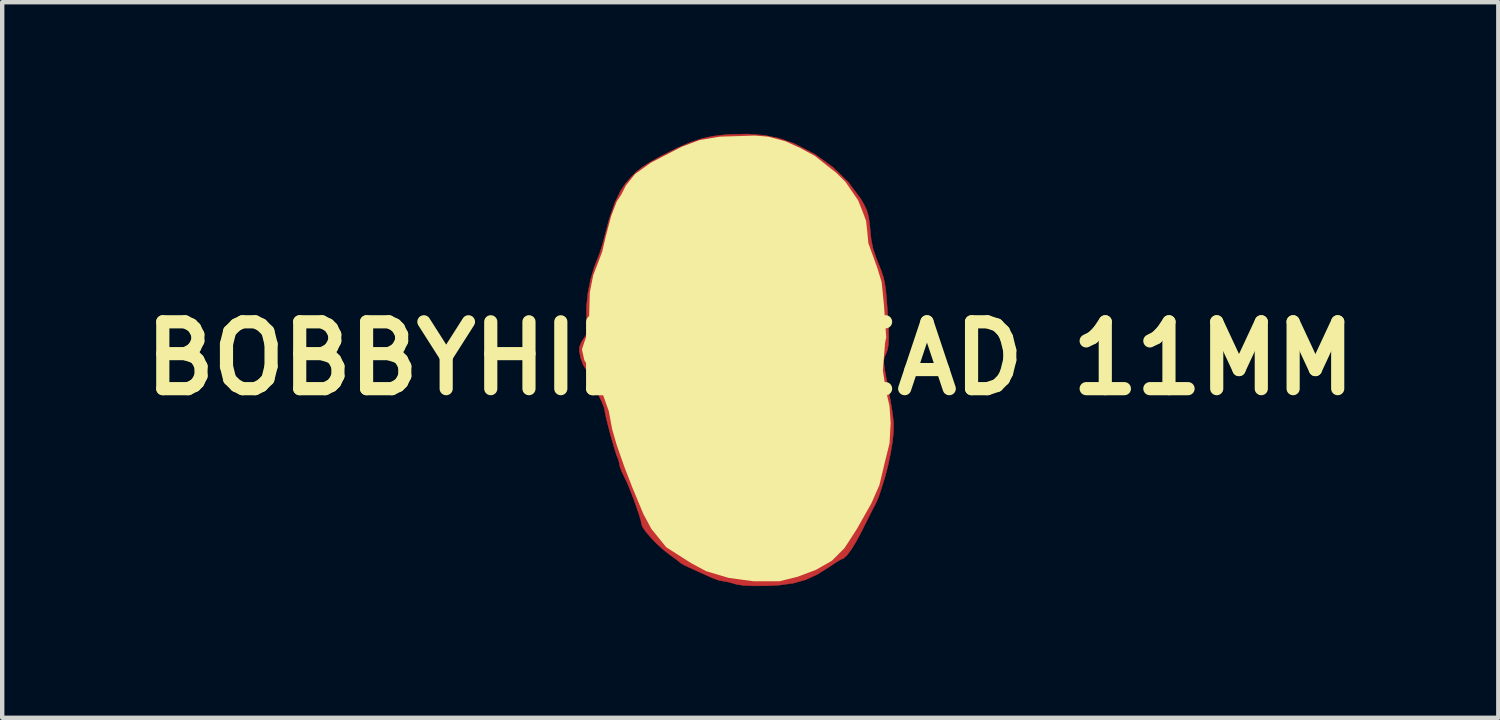
<source format=kicad_pcb>
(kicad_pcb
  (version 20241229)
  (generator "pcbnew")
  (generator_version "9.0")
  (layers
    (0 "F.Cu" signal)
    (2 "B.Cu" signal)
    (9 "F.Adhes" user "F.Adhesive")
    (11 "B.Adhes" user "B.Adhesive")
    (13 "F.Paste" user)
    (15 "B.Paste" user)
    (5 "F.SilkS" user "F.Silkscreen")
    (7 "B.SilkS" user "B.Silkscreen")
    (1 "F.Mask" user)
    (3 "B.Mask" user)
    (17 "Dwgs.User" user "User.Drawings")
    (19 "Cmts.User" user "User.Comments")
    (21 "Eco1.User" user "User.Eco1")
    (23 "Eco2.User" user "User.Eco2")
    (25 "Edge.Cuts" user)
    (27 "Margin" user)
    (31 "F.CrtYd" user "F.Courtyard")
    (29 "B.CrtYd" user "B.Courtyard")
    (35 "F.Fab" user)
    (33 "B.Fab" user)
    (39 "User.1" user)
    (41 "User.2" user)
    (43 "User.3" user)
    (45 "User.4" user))
  (footprint "BOBBYHILL-HEAD 11MM"
    (layer "F.Cu")
    (at 14.05 5.119)
    (property "Reference" "BOBBYHILL-HEAD 11MM" (at 0 0 0) (layer "F.SilkS") (effects (font (size 1.524 1.524) (thickness 0.3))))
    (attr through_hole)
    (fp_line (start -3.2 -0.965) (end -3.277 -0.889) (stroke (width 0.12) (type solid)) (layer "F.Cu"))
    (fp_line (start -3.099 -1.168) (end -3.2 -0.965) (stroke (width 0.12) (type solid)) (layer "F.Cu"))
    (fp_line (start -3.023 -1.422) (end -3.099 -1.168) (stroke (width 0.12) (type solid)) (layer "F.Cu"))
    (fp_line (start -2.845 -1.854) (end -3.023 -1.422) (stroke (width 0.12) (type solid)) (layer "F.Cu"))
    (fp_line (start -2.591 -2.083) (end -2.845 -1.854) (stroke (width 0.12) (type solid)) (layer "F.Cu"))
    (fp_line (start -2.413 -2.286) (end -2.591 -2.083) (stroke (width 0.12) (type solid)) (layer "F.Cu"))
    (fp_line (start -2.21 -2.692) (end -2.413 -2.286) (stroke (width 0.12) (type solid)) (layer "F.Cu"))
    (fp_line (start -1.981 -2.845) (end -2.21 -2.692) (stroke (width 0.12) (type solid)) (layer "F.Cu"))
    (fp_line (start -1.626 -3.175) (end -1.981 -2.845) (stroke (width 0.12) (type solid)) (layer "F.Cu"))
    (fp_line (start -1.422 -3.302) (end -1.626 -3.175) (stroke (width 0.12) (type solid)) (layer "F.Cu"))
    (fp_line (start -1.245 -3.454) (end -1.422 -3.302) (stroke (width 0.12) (type solid)) (layer "F.Cu"))
    (fp_line (start -1.118 -3.48) (end -1.245 -3.454) (stroke (width 0.12) (type solid)) (layer "F.Cu"))
    (fp_line (start -0.965 -3.531) (end -1.118 -3.48) (stroke (width 0.12) (type solid)) (layer "F.Cu"))
    (fp_line (start -0.762 -3.556) (end -0.965 -3.531) (stroke (width 0.12) (type solid)) (layer "F.Cu"))
    (fp_line (start -0.457 -3.505) (end -0.762 -3.556) (stroke (width 0.12) (type solid)) (layer "F.Cu"))
    (fp_line (start 0.025 -3.531) (end -0.457 -3.505) (stroke (width 0.12) (type solid)) (layer "F.Cu"))
    (fp_line (start 0.61 -3.607) (end 0.025 -3.531) (stroke (width 0.12) (type solid)) (layer "F.Cu"))
    (fp_line (start 1.092 -3.683) (end 0.61 -3.607) (stroke (width 0.12) (type solid)) (layer "F.Cu"))
    (fp_line (start 1.372 -3.683) (end 1.092 -3.683) (stroke (width 0.12) (type solid)) (layer "F.Cu"))
    (fp_line (start 1.524 3.531) (end 1.549 3.581) (stroke (width 0.12) (type solid)) (layer "F.Cu"))
    (fp_line (start 1.549 3.581) (end 1.6 3.607) (stroke (width 0.12) (type solid)) (layer "F.Cu"))
    (fp_line (start 1.6 3.607) (end 1.753 3.581) (stroke (width 0.12) (type solid)) (layer "F.Cu"))
    (fp_line (start 1.651 -3.658) (end 1.372 -3.683) (stroke (width 0.12) (type solid)) (layer "F.Cu"))
    (fp_line (start 1.727 -3.658) (end 1.651 -3.658) (stroke (width 0.12) (type solid)) (layer "F.Cu"))
    (fp_line (start 1.753 3.581) (end 1.829 3.454) (stroke (width 0.12) (type solid)) (layer "F.Cu"))
    (fp_line (start 1.829 3.429) (end 1.524 3.531) (stroke (width 0.12) (type solid)) (layer "F.Cu"))
    (fp_line (start 1.88 -3.607) (end 1.727 -3.658) (stroke (width 0.12) (type solid)) (layer "F.Cu"))
    (fp_line (start 2.083 -3.531) (end 1.88 -3.607) (stroke (width 0.12) (type solid)) (layer "F.Cu"))
    (fp_line (start 2.241 -3.464) (end 2.083 -3.531) (stroke (width 0.12) (type solid)) (layer "F.Cu"))
    (fp_line (start 2.337 -3.404) (end 2.286 -3.48) (stroke (width 0.12) (type solid)) (layer "F.Cu"))
    (fp_poly (pts (xy -3.456 -0.201) (xy -3.381 -0.153) (xy -3.324 -0.076) (xy -3.285 0.062) (xy -3.269 0.171) (xy -3.248 0.327) (xy -3.225 0.46) (xy -3.209 0.528) (xy -3.204 0.604) (xy -3.239 0.619) (xy -3.293 0.574) (xy -3.318 0.535) (xy -3.347 0.443) (xy -3.368 0.306) (xy -3.375 0.221) (xy -3.397 0.046) (xy -3.446 -0.071) (xy -3.455 -0.083) (xy -3.519 -0.172) (xy -3.516 -0.214) (xy -3.456 -0.201)) (stroke (width 0.01) (type solid)) (fill yes) (layer "F.Cu"))
    (fp_poly (pts (xy -0.126 -2.014) (xy -0.125 -2.011) (xy -0.162 -1.92) (xy -0.257 -1.817) (xy -0.392 -1.718) (xy -0.546 -1.641) (xy -0.59 -1.625) (xy -0.869 -1.514) (xy -1.103 -1.379) (xy -1.256 -1.25) (xy -1.349 -1.165) (xy -1.409 -1.143) (xy -1.427 -1.18) (xy -1.39 -1.268) (xy -1.288 -1.375) (xy -1.137 -1.489) (xy -0.951 -1.601) (xy -0.745 -1.7) (xy -0.551 -1.772) (xy -0.402 -1.842) (xy -0.289 -1.936) (xy -0.281 -1.947) (xy -0.2 -2.038) (xy -0.146 -2.062) (xy -0.126 -2.014)) (stroke (width 0.01) (type solid)) (fill yes) (layer "F.Cu"))
    (fp_poly (pts (xy 1.161 -1.749) (xy 1.218 -1.686) (xy 1.265 -1.634) (xy 1.321 -1.603) (xy 1.408 -1.586) (xy 1.548 -1.579) (xy 1.646 -1.578) (xy 1.917 -1.56) (xy 2.126 -1.511) (xy 2.29 -1.424) (xy 2.388 -1.337) (xy 2.46 -1.241) (xy 2.469 -1.189) (xy 2.424 -1.191) (xy 2.333 -1.257) (xy 2.328 -1.262) (xy 2.18 -1.361) (xy 1.988 -1.435) (xy 1.784 -1.477) (xy 1.603 -1.476) (xy 1.56 -1.467) (xy 1.38 -1.446) (xy 1.244 -1.495) (xy 1.153 -1.607) (xy 1.112 -1.712) (xy 1.117 -1.762) (xy 1.161 -1.749)) (stroke (width 0.01) (type solid)) (fill yes) (layer "F.Cu"))
    (fp_poly (pts (xy 0.312 -5.086) (xy 0.648 -5.019) (xy 0.971 -4.908) (xy 1.018 -4.888) (xy 1.474 -4.652) (xy 1.882 -4.359) (xy 2.233 -4.018) (xy 2.518 -3.636) (xy 2.59 -3.513) (xy 2.654 -3.379) (xy 2.695 -3.237) (xy 2.722 -3.057) (xy 2.733 -2.925) (xy 2.757 -2.697) (xy 2.799 -2.499) (xy 2.869 -2.291) (xy 2.917 -2.17) (xy 2.984 -2.003) (xy 3.031 -1.861) (xy 3.064 -1.719) (xy 3.088 -1.553) (xy 3.107 -1.339) (xy 3.116 -1.225) (xy 3.138 -0.904) (xy 3.151 -0.655) (xy 3.154 -0.465) (xy 3.148 -0.323) (xy 3.132 -0.216) (xy 3.106 -0.134) (xy 3.089 -0.097) (xy 3.057 -0.025) (xy 3.043 0.048) (xy 3.047 0.143) (xy 3.069 0.286) (xy 3.086 0.381) (xy 3.148 0.712) (xy 3.196 0.973) (xy 3.23 1.178) (xy 3.253 1.339) (xy 3.265 1.47) (xy 3.268 1.583) (xy 3.263 1.692) (xy 3.251 1.809) (xy 3.238 1.915) (xy 3.201 2.147) (xy 3.145 2.413) (xy 3.081 2.665) (xy 3.058 2.742) (xy 2.996 2.943) (xy 2.95 3.084) (xy 2.913 3.186) (xy 2.876 3.271) (xy 2.832 3.359) (xy 2.803 3.414) (xy 2.756 3.505) (xy 2.684 3.648) (xy 2.597 3.822) (xy 2.539 3.939) (xy 2.417 4.168) (xy 2.303 4.354) (xy 2.202 4.488) (xy 2.123 4.56) (xy 2.094 4.569) (xy 2.046 4.591) (xy 1.95 4.651) (xy 1.822 4.736) (xy 1.789 4.759) (xy 1.522 4.926) (xy 1.259 5.046) (xy 0.977 5.124) (xy 0.654 5.168) (xy 0.357 5.182) (xy 0.067 5.184) (xy -0.15 5.174) (xy -0.303 5.152) (xy -0.356 5.137) (xy -0.487 5.099) (xy -0.602 5.077) (xy -0.621 5.076) (xy -0.713 5.057) (xy -0.845 5.011) (xy -0.936 4.971) (xy -1.108 4.893) (xy -1.291 4.81) (xy -1.364 4.777) (xy -1.484 4.721) (xy -1.57 4.675) (xy -1.595 4.656) (xy -1.638 4.619) (xy -1.73 4.55) (xy -1.851 4.463) (xy -1.852 4.462) (xy -1.986 4.356) (xy -2.128 4.226) (xy -2.262 4.087) (xy -2.375 3.956) (xy -2.451 3.848) (xy -2.477 3.783) (xy -2.492 3.703) (xy -2.532 3.565) (xy -2.591 3.39) (xy -2.66 3.197) (xy -2.734 3.008) (xy -2.803 2.84) (xy -2.86 2.721) (xy -2.924 2.587) (xy -2.968 2.473) (xy -2.98 2.416) (xy -3.001 2.316) (xy -3.021 2.27) (xy -3.049 2.198) (xy -3.091 2.066) (xy -3.141 1.896) (xy -3.194 1.706) (xy -3.243 1.519) (xy -3.284 1.355) (xy -3.31 1.235) (xy -3.316 1.185) (xy -3.334 1.11) (xy -3.38 0.994) (xy -3.415 0.921) (xy -3.486 0.767) (xy -3.549 0.611) (xy -3.567 0.558) (xy -3.627 0.421) (xy -3.704 0.301) (xy -3.716 0.286) (xy -3.804 0.153) (xy -3.867 -0.014) (xy -3.892 -0.158) (xy -3.809 -0.158) (xy -3.779 0.022) (xy -3.677 0.181) (xy -3.602 0.287) (xy -3.525 0.434) (xy -3.479 0.544) (xy -3.405 0.723) (xy -3.338 0.827) (xy -3.27 0.865) (xy -3.193 0.843) (xy -3.183 0.837) (xy -3.11 0.804) (xy -3.078 0.805) (xy -3.076 0.856) (xy -3.116 0.927) (xy -3.176 0.985) (xy -3.218 1) (xy -3.263 1.021) (xy -3.255 1.094) (xy -3.255 1.095) (xy -3.227 1.191) (xy -3.189 1.327) (xy -3.171 1.399) (xy -3.087 1.713) (xy -3.015 1.964) (xy -2.951 2.17) (xy -2.886 2.349) (xy -2.816 2.519) (xy -2.748 2.668) (xy -2.653 2.883) (xy -2.558 3.117) (xy -2.479 3.33) (xy -2.454 3.407) (xy -2.346 3.693) (xy -2.211 3.93) (xy -2.035 4.138) (xy -1.803 4.335) (xy -1.611 4.469) (xy -1.252 4.683) (xy -0.904 4.839) (xy -0.535 4.951) (xy -0.251 5.008) (xy 0.032 5.05) (xy 0.267 5.064) (xy 0.485 5.053) (xy 0.717 5.015) (xy 0.735 5.011) (xy 1.188 4.89) (xy 1.57 4.732) (xy 1.885 4.533) (xy 2.084 4.352) (xy 2.159 4.254) (xy 2.254 4.103) (xy 2.355 3.925) (xy 2.413 3.813) (xy 2.512 3.613) (xy 2.583 3.47) (xy 2.635 3.367) (xy 2.677 3.286) (xy 2.718 3.21) (xy 2.767 3.121) (xy 2.807 3.048) (xy 2.906 2.83) (xy 2.996 2.554) (xy 3.072 2.247) (xy 3.127 1.935) (xy 3.155 1.646) (xy 3.157 1.582) (xy 3.137 1.208) (xy 3.07 0.811) (xy 3.002 0.489) (xy 2.956 0.223) (xy 2.932 -0.007) (xy 2.927 -0.226) (xy 2.939 -0.446) (xy 3.028 -0.446) (xy 3.032 -0.238) (xy 3.075 -0.399) (xy 3.096 -0.528) (xy 3.076 -0.601) (xy 3.07 -0.607) (xy 3.042 -0.613) (xy 3.029 -0.553) (xy 3.028 -0.446) (xy 2.939 -0.446) (xy 2.94 -0.457) (xy 2.968 -0.717) (xy 3.003 -1.072) (xy 3.005 -1.376) (xy 2.973 -1.653) (xy 2.902 -1.929) (xy 2.798 -2.213) (xy 2.7 -2.483) (xy 2.652 -2.698) (xy 2.645 -2.798) (xy 2.638 -2.899) (xy 2.622 -3.023) (xy 2.599 -3.151) (xy 2.574 -3.266) (xy 2.55 -3.351) (xy 2.532 -3.387) (xy 2.523 -3.359) (xy 2.488 -3.309) (xy 2.412 -3.298) (xy 2.325 -3.323) (xy 2.26 -3.381) (xy 2.258 -3.385) (xy 2.241 -3.464) (xy 2.272 -3.518) (xy 2.33 -3.522) (xy 2.36 -3.501) (xy 2.429 -3.455) (xy 2.472 -3.465) (xy 2.477 -3.488) (xy 2.452 -3.538) (xy 2.386 -3.635) (xy 2.293 -3.761) (xy 2.186 -3.898) (xy 2.078 -4.03) (xy 1.984 -4.139) (xy 1.916 -4.208) (xy 1.912 -4.212) (xy 1.817 -4.291) (xy 1.722 -4.375) (xy 1.64 -4.432) (xy 1.5 -4.511) (xy 1.324 -4.603) (xy 1.13 -4.698) (xy 0.939 -4.785) (xy 0.771 -4.855) (xy 0.735 -4.868) (xy 0.442 -4.946) (xy 0.099 -4.991) (xy -0.268 -5.001) (xy -0.632 -4.976) (xy -0.966 -4.917) (xy -1.005 -4.906) (xy -1.142 -4.862) (xy -1.317 -4.794) (xy -1.515 -4.709) (xy -1.723 -4.615) (xy -1.925 -4.518) (xy -2.108 -4.426) (xy -2.256 -4.344) (xy -2.356 -4.281) (xy -2.393 -4.243) (xy -2.393 -4.243) (xy -2.418 -4.219) (xy -2.43 -4.224) (xy -2.474 -4.207) (xy -2.556 -4.138) (xy -2.66 -4.034) (xy -2.682 -4.01) (xy -2.812 -3.848) (xy -2.918 -3.672) (xy -3.009 -3.463) (xy -3.093 -3.203) (xy -3.155 -2.967) (xy -3.218 -2.722) (xy -3.282 -2.492) (xy -3.341 -2.295) (xy -3.392 -2.144) (xy -3.43 -2.057) (xy -3.436 -2.047) (xy -3.487 -1.937) (xy -3.532 -1.756) (xy -3.57 -1.52) (xy -3.593 -1.282) (xy -3.607 -1.053) (xy -3.607 -0.893) (xy -3.587 -0.787) (xy -3.542 -0.721) (xy -3.467 -0.68) (xy -3.363 -0.65) (xy -3.201 -0.601) (xy -3.063 -0.538) (xy -2.969 -0.474) (xy -2.938 -0.423) (xy -2.974 -0.389) (xy -3.08 -0.398) (xy -3.255 -0.45) (xy -3.27 -0.455) (xy -3.467 -0.501) (xy -3.617 -0.481) (xy -3.726 -0.392) (xy -3.761 -0.336) (xy -3.809 -0.158) (xy -3.892 -0.158) (xy -3.896 -0.178) (xy -3.889 -0.273) (xy -3.843 -0.379) (xy -3.769 -0.492) (xy -3.764 -0.498) (xy -3.697 -0.606) (xy -3.693 -0.705) (xy -3.697 -0.721) (xy -3.731 -0.935) (xy -3.731 -1.201) (xy -3.699 -1.496) (xy -3.639 -1.798) (xy -3.554 -2.083) (xy -3.499 -2.222) (xy -3.432 -2.395) (xy -3.368 -2.597) (xy -3.332 -2.731) (xy -3.214 -3.18) (xy -3.086 -3.547) (xy -2.949 -3.831) (xy -2.843 -3.985) (xy -2.713 -4.135) (xy -2.592 -4.256) (xy -2.459 -4.36) (xy -2.296 -4.465) (xy -2.081 -4.584) (xy -1.997 -4.628) (xy -1.664 -4.795) (xy -1.378 -4.919) (xy -1.117 -5.006) (xy -0.862 -5.063) (xy -0.591 -5.096) (xy -0.482 -5.104) (xy -0.058 -5.114) (xy 0.312 -5.086)) (stroke (width 0.01) (type solid)) (fill yes) (layer "F.Cu"))
    (fp_line (start -3.213 -0.953) (end -3.289 -0.876) (stroke (width 0.12) (type solid)) (layer "F.Mask"))
    (fp_line (start -3.111 -1.156) (end -3.213 -0.953) (stroke (width 0.12) (type solid)) (layer "F.Mask"))
    (fp_line (start -3.035 -1.41) (end -3.111 -1.156) (stroke (width 0.12) (type solid)) (layer "F.Mask"))
    (fp_line (start -2.857 -1.841) (end -3.035 -1.41) (stroke (width 0.12) (type solid)) (layer "F.Mask"))
    (fp_line (start -2.603 -2.07) (end -2.857 -1.841) (stroke (width 0.12) (type solid)) (layer "F.Mask"))
    (fp_line (start -2.426 -2.273) (end -2.603 -2.07) (stroke (width 0.12) (type solid)) (layer "F.Mask"))
    (fp_line (start -2.223 -2.68) (end -2.426 -2.273) (stroke (width 0.12) (type solid)) (layer "F.Mask"))
    (fp_line (start -1.994 -2.832) (end -2.223 -2.68) (stroke (width 0.12) (type solid)) (layer "F.Mask"))
    (fp_line (start -1.638 -3.162) (end -1.994 -2.832) (stroke (width 0.12) (type solid)) (layer "F.Mask"))
    (fp_line (start -1.435 -3.289) (end -1.638 -3.162) (stroke (width 0.12) (type solid)) (layer "F.Mask"))
    (fp_line (start -1.257 -3.442) (end -1.435 -3.289) (stroke (width 0.12) (type solid)) (layer "F.Mask"))
    (fp_line (start -1.13 -3.467) (end -1.257 -3.442) (stroke (width 0.12) (type solid)) (layer "F.Mask"))
    (fp_line (start -0.978 -3.518) (end -1.13 -3.467) (stroke (width 0.12) (type solid)) (layer "F.Mask"))
    (fp_line (start -0.775 -3.543) (end -0.978 -3.518) (stroke (width 0.12) (type solid)) (layer "F.Mask"))
    (fp_line (start -0.47 -3.493) (end -0.775 -3.543) (stroke (width 0.12) (type solid)) (layer "F.Mask"))
    (fp_line (start 0.013 -3.518) (end -0.47 -3.493) (stroke (width 0.12) (type solid)) (layer "F.Mask"))
    (fp_line (start 0.597 -3.594) (end 0.013 -3.518) (stroke (width 0.12) (type solid)) (layer "F.Mask"))
    (fp_line (start 1.079 -3.67) (end 0.597 -3.594) (stroke (width 0.12) (type solid)) (layer "F.Mask"))
    (fp_line (start 1.359 -3.67) (end 1.079 -3.67) (stroke (width 0.12) (type solid)) (layer "F.Mask"))
    (fp_line (start 1.638 -3.645) (end 1.359 -3.67) (stroke (width 0.12) (type solid)) (layer "F.Mask"))
    (fp_line (start 1.714 -3.645) (end 1.638 -3.645) (stroke (width 0.12) (type solid)) (layer "F.Mask"))
    (fp_line (start 1.867 -3.594) (end 1.714 -3.645) (stroke (width 0.12) (type solid)) (layer "F.Mask"))
    (fp_line (start 2.07 -3.518) (end 1.867 -3.594) (stroke (width 0.12) (type solid)) (layer "F.Mask"))
    (fp_line (start 2.229 -3.451) (end 2.07 -3.518) (stroke (width 0.12) (type solid)) (layer "F.Mask"))
    (fp_line (start 2.324 -3.391) (end 2.273 -3.467) (stroke (width 0.12) (type solid)) (layer "F.Mask"))
    (fp_poly (pts (xy 1.842 2.131) (xy 1.854 2.199) (xy 1.846 2.287) (xy 1.818 2.292) (xy 1.772 2.223) (xy 1.733 2.137) (xy 1.746 2.1) (xy 1.791 2.094) (xy 1.842 2.131)) (stroke (width 0.01) (type solid)) (fill yes) (layer "F.Mask"))
    (fp_poly (pts (xy -0.14 2.294) (xy -0.108 2.339) (xy -0.093 2.42) (xy -0.079 2.535) (xy -0.058 2.609) (xy -0.048 2.669) (xy -0.081 2.679) (xy -0.132 2.64) (xy -0.162 2.596) (xy -0.19 2.507) (xy -0.194 2.406) (xy -0.179 2.325) (xy -0.144 2.293) (xy -0.14 2.294)) (stroke (width 0.01) (type solid)) (fill yes) (layer "F.Mask"))
    (fp_poly (pts (xy 1.55 0.52) (xy 1.56 0.562) (xy 1.526 0.614) (xy 1.483 0.625) (xy 1.397 0.654) (xy 1.33 0.709) (xy 1.249 0.772) (xy 1.187 0.792) (xy 1.169 0.768) (xy 1.221 0.699) (xy 1.276 0.645) (xy 1.401 0.545) (xy 1.495 0.503) (xy 1.55 0.52)) (stroke (width 0.01) (type solid)) (fill yes) (layer "F.Mask"))
    (fp_poly (pts (xy 1.037 -0.513) (xy 1.055 -0.418) (xy 1.057 -0.377) (xy 1.076 -0.283) (xy 1.121 -0.17) (xy 1.123 -0.167) (xy 1.165 -0.065) (xy 1.164 -0.02) (xy 1.127 -0.04) (xy 1.077 -0.105) (xy 1.015 -0.228) (xy 0.973 -0.366) (xy 0.959 -0.486) (xy 0.972 -0.55) (xy 1.006 -0.563) (xy 1.037 -0.513)) (stroke (width 0.01) (type solid)) (fill yes) (layer "F.Mask"))
    (fp_poly (pts (xy -3.45 -0.198) (xy -3.375 -0.15) (xy -3.317 -0.073) (xy -3.278 0.065) (xy -3.262 0.174) (xy -3.241 0.329) (xy -3.218 0.463) (xy -3.203 0.53) (xy -3.197 0.606) (xy -3.232 0.622) (xy -3.287 0.577) (xy -3.312 0.537) (xy -3.34 0.445) (xy -3.362 0.308) (xy -3.368 0.224) (xy -3.391 0.049) (xy -3.439 -0.068) (xy -3.449 -0.08) (xy -3.512 -0.169) (xy -3.51 -0.211) (xy -3.45 -0.198)) (stroke (width 0.01) (type solid)) (fill yes) (layer "F.Mask"))
    (fp_poly (pts (xy 0.336 0.58) (xy 0.387 0.602) (xy 0.498 0.66) (xy 0.603 0.729) (xy 0.687 0.797) (xy 0.734 0.851) (xy 0.727 0.876) (xy 0.72 0.877) (xy 0.648 0.854) (xy 0.543 0.798) (xy 0.502 0.772) (xy 0.394 0.701) (xy 0.325 0.675) (xy 0.263 0.692) (xy 0.177 0.75) (xy 0.169 0.755) (xy 0.067 0.814) (xy 0.021 0.814) (xy 0.034 0.762) (xy 0.112 0.668) (xy 0.116 0.664) (xy 0.2 0.587) (xy 0.261 0.561) (xy 0.336 0.58)) (stroke (width 0.01) (type solid)) (fill yes) (layer "F.Mask"))
    (fp_poly (pts (xy -0.119 -2.012) (xy -0.119 -2.008) (xy -0.155 -1.917) (xy -0.25 -1.814) (xy -0.385 -1.716) (xy -0.539 -1.638) (xy -0.583 -1.622) (xy -0.862 -1.512) (xy -1.097 -1.377) (xy -1.249 -1.247) (xy -1.343 -1.162) (xy -1.402 -1.141) (xy -1.42 -1.177) (xy -1.383 -1.266) (xy -1.282 -1.372) (xy -1.13 -1.486) (xy -0.944 -1.598) (xy -0.738 -1.698) (xy -0.544 -1.77) (xy -0.396 -1.839) (xy -0.283 -1.933) (xy -0.274 -1.944) (xy -0.193 -2.036) (xy -0.139 -2.059) (xy -0.119 -2.012)) (stroke (width 0.01) (type solid)) (fill yes) (layer "F.Mask"))
    (fp_poly (pts (xy -0.248 3.837) (xy -0.198 3.885) (xy -0.128 3.941) (xy -0.011 4.009) (xy 0.082 4.053) (xy 0.364 4.136) (xy 0.683 4.158) (xy 1.021 4.121) (xy 1.357 4.023) (xy 1.427 3.995) (xy 1.538 3.959) (xy 1.591 3.964) (xy 1.579 4.005) (xy 1.517 4.058) (xy 1.318 4.164) (xy 1.064 4.243) (xy 0.781 4.289) (xy 0.497 4.298) (xy 0.406 4.292) (xy 0.254 4.259) (xy 0.088 4.194) (xy -0.073 4.11) (xy -0.209 4.017) (xy -0.3 3.927) (xy -0.329 3.86) (xy -0.305 3.818) (xy -0.248 3.837)) (stroke (width 0.01) (type solid)) (fill yes) (layer "F.Mask"))
    (fp_poly (pts (xy 1.167 -1.746) (xy 1.225 -1.684) (xy 1.271 -1.632) (xy 1.327 -1.6) (xy 1.415 -1.584) (xy 1.554 -1.577) (xy 1.652 -1.575) (xy 1.924 -1.557) (xy 2.133 -1.508) (xy 2.296 -1.421) (xy 2.394 -1.334) (xy 2.466 -1.239) (xy 2.476 -1.187) (xy 2.431 -1.188) (xy 2.34 -1.254) (xy 2.335 -1.259) (xy 2.187 -1.358) (xy 1.994 -1.432) (xy 1.791 -1.474) (xy 1.61 -1.474) (xy 1.566 -1.465) (xy 1.386 -1.443) (xy 1.251 -1.493) (xy 1.159 -1.605) (xy 1.118 -1.709) (xy 1.124 -1.76) (xy 1.167 -1.746)) (stroke (width 0.01) (type solid)) (fill yes) (layer "F.Mask"))
    (fp_poly (pts (xy -0.361 -1.321) (xy -0.352 -1.279) (xy -0.396 -1.235) (xy -0.448 -1.186) (xy -0.432 -1.151) (xy -0.413 -1.138) (xy -0.376 -1.102) (xy -0.406 -1.06) (xy -0.432 -1.04) (xy -0.488 -0.986) (xy -0.475 -0.933) (xy -0.457 -0.91) (xy -0.423 -0.832) (xy -0.455 -0.781) (xy -0.536 -0.773) (xy -0.595 -0.792) (xy -0.69 -0.815) (xy -0.735 -0.8) (xy -0.788 -0.76) (xy -0.892 -0.692) (xy -1.013 -0.617) (xy -1.153 -0.54) (xy -1.232 -0.514) (xy -1.252 -0.531) (xy -1.219 -0.582) (xy -1.133 -0.659) (xy -1.015 -0.742) (xy -0.825 -0.874) (xy -0.696 -0.996) (xy -0.609 -1.125) (xy -0.579 -1.188) (xy -0.509 -1.293) (xy -0.423 -1.336) (xy -0.361 -1.321)) (stroke (width 0.01) (type solid)) (fill yes) (layer "F.Mask"))
    (fp_poly (pts (xy 1.553 -0.972) (xy 1.68 -0.91) (xy 1.695 -0.897) (xy 1.778 -0.858) (xy 1.906 -0.831) (xy 1.968 -0.825) (xy 2.125 -0.816) (xy 2.217 -0.807) (xy 2.26 -0.793) (xy 2.273 -0.77) (xy 2.274 -0.756) (xy 2.239 -0.728) (xy 2.166 -0.737) (xy 2.039 -0.748) (xy 1.941 -0.72) (xy 1.897 -0.662) (xy 1.896 -0.653) (xy 1.867 -0.603) (xy 1.799 -0.596) (xy 1.725 -0.63) (xy 1.688 -0.674) (xy 1.652 -0.768) (xy 1.644 -0.816) (xy 1.61 -0.874) (xy 1.53 -0.903) (xy 1.442 -0.889) (xy 1.429 -0.882) (xy 1.341 -0.849) (xy 1.313 -0.845) (xy 1.28 -0.857) (xy 1.309 -0.905) (xy 1.324 -0.922) (xy 1.424 -0.977) (xy 1.553 -0.972)) (stroke (width 0.01) (type solid)) (fill yes) (layer "F.Mask"))
    (fp_poly (pts (xy 1.502 1.813) (xy 1.579 1.947) (xy 1.602 2.029) (xy 1.623 2.168) (xy 1.607 2.237) (xy 1.557 2.233) (xy 1.536 2.217) (xy 1.503 2.194) (xy 1.486 2.196) (xy 1.488 2.234) (xy 1.51 2.317) (xy 1.555 2.454) (xy 1.625 2.656) (xy 1.671 2.787) (xy 1.766 3.058) (xy 1.833 3.26) (xy 1.871 3.406) (xy 1.88 3.505) (xy 1.859 3.57) (xy 1.808 3.612) (xy 1.727 3.641) (xy 1.638 3.663) (xy 1.566 3.671) (xy 1.518 3.64) (xy 1.471 3.552) (xy 1.454 3.511) (xy 1.403 3.377) (xy 1.34 3.202) (xy 1.285 3.039) (xy 1.234 2.888) (xy 1.194 2.801) (xy 1.154 2.763) (xy 1.102 2.756) (xy 1.084 2.758) (xy 0.962 2.749) (xy 0.885 2.722) (xy 0.781 2.689) (xy 0.648 2.675) (xy 0.628 2.675) (xy 0.513 2.665) (xy 0.479 2.633) (xy 0.481 2.627) (xy 0.533 2.596) (xy 0.653 2.586) (xy 0.825 2.598) (xy 0.985 2.621) (xy 1.088 2.637) (xy 1.127 2.623) (xy 1.124 2.566) (xy 1.116 2.529) (xy 1.067 2.372) (xy 1.054 2.354) (xy 1.183 2.354) (xy 1.194 2.404) (xy 1.225 2.515) (xy 1.27 2.669) (xy 1.324 2.848) (xy 1.382 3.035) (xy 1.437 3.213) (xy 1.486 3.365) (xy 1.522 3.473) (xy 1.541 3.521) (xy 1.542 3.522) (xy 1.581 3.51) (xy 1.669 3.48) (xy 1.683 3.475) (xy 1.775 3.429) (xy 1.795 3.377) (xy 1.79 3.359) (xy 1.758 3.278) (xy 1.706 3.139) (xy 1.641 2.967) (xy 1.572 2.782) (xy 1.507 2.608) (xy 1.455 2.466) (xy 1.445 2.439) (xy 1.39 2.319) (xy 1.337 2.278) (xy 1.32 2.281) (xy 1.241 2.302) (xy 1.221 2.304) (xy 1.185 2.337) (xy 1.183 2.354) (xy 1.054 2.354) (xy 1.012 2.292) (xy 0.947 2.283) (xy 0.938 2.287) (xy 0.861 2.308) (xy 0.73 2.331) (xy 0.595 2.348) (xy 0.438 2.368) (xy 0.304 2.391) (xy 0.232 2.408) (xy 0.145 2.418) (xy 0.117 2.373) (xy 0.149 2.278) (xy 0.228 2.155) (xy 1.141 2.155) (xy 1.161 2.213) (xy 1.225 2.203) (xy 1.258 2.184) (xy 1.294 2.114) (xy 1.285 2.037) (xy 1.249 1.939) (xy 1.213 1.897) (xy 1.19 1.918) (xy 1.196 2.006) (xy 1.205 2.096) (xy 1.185 2.116) (xy 1.182 2.115) (xy 1.147 2.125) (xy 1.141 2.155) (xy 0.228 2.155) (xy 0.24 2.136) (xy 0.256 2.114) (xy 0.362 1.989) (xy 1.099 1.989) (xy 1.12 2.01) (xy 1.141 1.989) (xy 1.12 1.968) (xy 1.099 1.989) (xy 0.362 1.989) (xy 0.407 1.937) (xy 0.547 1.828) (xy 0.694 1.78) (xy 0.866 1.78) (xy 0.881 1.782) (xy 1.04 1.79) (xy 1.195 1.775) (xy 1.237 1.766) (xy 1.389 1.754) (xy 1.502 1.813)) (stroke (width 0.01) (type solid)) (fill yes) (layer "F.Mask"))
    (fp_poly (pts (xy 0.318 -5.084) (xy 0.654 -5.016) (xy 0.978 -4.905) (xy 1.025 -4.886) (xy 1.481 -4.65) (xy 1.889 -4.357) (xy 2.24 -4.015) (xy 2.525 -3.633) (xy 2.597 -3.51) (xy 2.66 -3.376) (xy 2.702 -3.234) (xy 2.728 -3.054) (xy 2.739 -2.923) (xy 2.764 -2.694) (xy 2.806 -2.496) (xy 2.875 -2.288) (xy 2.924 -2.167) (xy 2.99 -2) (xy 3.038 -1.858) (xy 3.07 -1.717) (xy 3.094 -1.551) (xy 3.114 -1.336) (xy 3.122 -1.222) (xy 3.144 -0.901) (xy 3.157 -0.652) (xy 3.161 -0.462) (xy 3.155 -0.32) (xy 3.139 -0.214) (xy 3.113 -0.131) (xy 3.096 -0.095) (xy 3.063 -0.022) (xy 3.049 0.05) (xy 3.053 0.146) (xy 3.075 0.288) (xy 3.093 0.384) (xy 3.155 0.714) (xy 3.202 0.976) (xy 3.237 1.18) (xy 3.26 1.342) (xy 3.272 1.472) (xy 3.275 1.586) (xy 3.27 1.694) (xy 3.258 1.811) (xy 3.245 1.918) (xy 3.207 2.15) (xy 3.151 2.415) (xy 3.087 2.668) (xy 3.065 2.745) (xy 3.003 2.946) (xy 2.957 3.087) (xy 2.92 3.189) (xy 2.883 3.274) (xy 2.839 3.362) (xy 2.81 3.417) (xy 2.763 3.508) (xy 2.69 3.651) (xy 2.604 3.824) (xy 2.545 3.942) (xy 2.424 4.17) (xy 2.31 4.357) (xy 2.209 4.491) (xy 2.129 4.562) (xy 2.1 4.571) (xy 2.053 4.594) (xy 1.956 4.654) (xy 1.829 4.739) (xy 1.795 4.762) (xy 1.529 4.929) (xy 1.265 5.048) (xy 0.983 5.127) (xy 0.661 5.17) (xy 0.364 5.185) (xy 0.074 5.187) (xy -0.143 5.177) (xy -0.297 5.154) (xy -0.35 5.139) (xy -0.481 5.101) (xy -0.595 5.08) (xy -0.615 5.078) (xy -0.707 5.059) (xy -0.838 5.013) (xy -0.93 4.974) (xy -1.101 4.895) (xy -1.285 4.812) (xy -1.357 4.78) (xy -1.478 4.723) (xy -1.563 4.677) (xy -1.588 4.659) (xy -1.631 4.622) (xy -1.723 4.553) (xy -1.844 4.465) (xy -1.845 4.465) (xy -1.98 4.359) (xy -2.121 4.228) (xy -2.256 4.09) (xy -2.368 3.959) (xy -2.445 3.851) (xy -2.47 3.786) (xy -2.485 3.706) (xy -2.526 3.568) (xy -2.584 3.393) (xy -2.654 3.2) (xy -2.727 3.01) (xy -2.797 2.843) (xy -2.853 2.724) (xy -2.917 2.59) (xy -2.961 2.476) (xy -2.974 2.419) (xy -2.994 2.319) (xy -3.015 2.272) (xy -3.043 2.201) (xy -3.085 2.069) (xy -3.135 1.898) (xy -3.187 1.709) (xy -3.236 1.522) (xy -3.277 1.358) (xy -3.303 1.237) (xy -3.31 1.188) (xy -3.328 1.113) (xy -3.374 0.997) (xy -3.408 0.923) (xy -3.479 0.77) (xy -3.542 0.614) (xy -3.56 0.56) (xy -3.62 0.424) (xy -3.697 0.304) (xy -3.71 0.289) (xy -3.797 0.156) (xy -3.861 -0.011) (xy -3.886 -0.155) (xy -3.803 -0.155) (xy -3.772 0.025) (xy -3.67 0.184) (xy -3.596 0.289) (xy -3.518 0.437) (xy -3.472 0.546) (xy -3.398 0.725) (xy -3.332 0.83) (xy -3.263 0.867) (xy -3.186 0.846) (xy -3.176 0.84) (xy -3.104 0.807) (xy -3.071 0.807) (xy -3.069 0.859) (xy -3.11 0.93) (xy -3.17 0.988) (xy -3.211 1.003) (xy -3.256 1.024) (xy -3.248 1.097) (xy -3.248 1.097) (xy -3.22 1.193) (xy -3.183 1.33) (xy -3.164 1.402) (xy -3.08 1.716) (xy -3.009 1.967) (xy -2.944 2.173) (xy -2.88 2.351) (xy -2.809 2.521) (xy -2.742 2.671) (xy -2.646 2.886) (xy -2.552 3.119) (xy -2.473 3.332) (xy -2.447 3.41) (xy -2.339 3.695) (xy -2.204 3.933) (xy -2.029 4.141) (xy -1.796 4.338) (xy -1.604 4.472) (xy -1.245 4.686) (xy -0.898 4.842) (xy -0.529 4.953) (xy -0.245 5.011) (xy 0.038 5.052) (xy 0.273 5.067) (xy 0.491 5.055) (xy 0.724 5.017) (xy 0.742 5.014) (xy 1.195 4.893) (xy 1.577 4.735) (xy 1.891 4.536) (xy 2.09 4.355) (xy 2.166 4.257) (xy 2.261 4.106) (xy 2.362 3.927) (xy 2.419 3.816) (xy 2.518 3.615) (xy 2.59 3.472) (xy 2.641 3.369) (xy 2.683 3.289) (xy 2.724 3.212) (xy 2.774 3.123) (xy 2.814 3.051) (xy 2.912 2.832) (xy 3.002 2.557) (xy 3.078 2.25) (xy 3.133 1.938) (xy 3.162 1.648) (xy 3.164 1.584) (xy 3.143 1.211) (xy 3.076 0.814) (xy 3.008 0.491) (xy 2.963 0.226) (xy 2.938 -0.005) (xy 2.933 -0.224) (xy 2.946 -0.444) (xy 3.034 -0.444) (xy 3.039 -0.236) (xy 3.081 -0.397) (xy 3.103 -0.525) (xy 3.082 -0.598) (xy 3.077 -0.604) (xy 3.048 -0.611) (xy 3.035 -0.55) (xy 3.034 -0.444) (xy 2.946 -0.444) (xy 2.946 -0.454) (xy 2.975 -0.714) (xy 3.01 -1.07) (xy 3.012 -1.373) (xy 2.979 -1.65) (xy 2.909 -1.927) (xy 2.804 -2.211) (xy 2.707 -2.48) (xy 2.658 -2.695) (xy 2.651 -2.795) (xy 2.645 -2.897) (xy 2.628 -3.02) (xy 2.606 -3.149) (xy 2.581 -3.264) (xy 2.557 -3.348) (xy 2.539 -3.384) (xy 2.53 -3.356) (xy 2.495 -3.306) (xy 2.419 -3.296) (xy 2.332 -3.321) (xy 2.267 -3.378) (xy 2.265 -3.382) (xy 2.248 -3.462) (xy 2.279 -3.515) (xy 2.337 -3.519) (xy 2.367 -3.498) (xy 2.435 -3.452) (xy 2.479 -3.462) (xy 2.484 -3.485) (xy 2.459 -3.535) (xy 2.393 -3.632) (xy 2.3 -3.758) (xy 2.192 -3.896) (xy 2.085 -4.028) (xy 1.99 -4.137) (xy 1.923 -4.205) (xy 1.918 -4.209) (xy 1.824 -4.289) (xy 1.728 -4.372) (xy 1.646 -4.429) (xy 1.507 -4.508) (xy 1.33 -4.6) (xy 1.136 -4.695) (xy 0.945 -4.782) (xy 0.778 -4.852) (xy 0.742 -4.865) (xy 0.449 -4.944) (xy 0.106 -4.988) (xy -0.261 -4.998) (xy -0.625 -4.974) (xy -0.959 -4.914) (xy -0.999 -4.904) (xy -1.136 -4.859) (xy -1.31 -4.791) (xy -1.509 -4.706) (xy -1.717 -4.612) (xy -1.919 -4.516) (xy -2.101 -4.423) (xy -2.25 -4.342) (xy -2.35 -4.278) (xy -2.386 -4.24) (xy -2.386 -4.24) (xy -2.411 -4.216) (xy -2.424 -4.222) (xy -2.468 -4.204) (xy -2.55 -4.136) (xy -2.654 -4.031) (xy -2.675 -4.007) (xy -2.806 -3.845) (xy -2.912 -3.669) (xy -3.003 -3.46) (xy -3.086 -3.201) (xy -3.148 -2.965) (xy -3.211 -2.719) (xy -3.275 -2.49) (xy -3.335 -2.292) (xy -3.386 -2.142) (xy -3.423 -2.054) (xy -3.429 -2.044) (xy -3.48 -1.934) (xy -3.526 -1.754) (xy -3.563 -1.517) (xy -3.586 -1.279) (xy -3.601 -1.051) (xy -3.601 -0.89) (xy -3.581 -0.785) (xy -3.536 -0.718) (xy -3.46 -0.677) (xy -3.356 -0.648) (xy -3.195 -0.598) (xy -3.057 -0.536) (xy -2.963 -0.471) (xy -2.932 -0.42) (xy -2.968 -0.386) (xy -3.074 -0.396) (xy -3.248 -0.447) (xy -3.264 -0.452) (xy -3.46 -0.498) (xy -3.61 -0.478) (xy -3.72 -0.389) (xy -3.754 -0.334) (xy -3.803 -0.155) (xy -3.886 -0.155) (xy -3.889 -0.175) (xy -3.882 -0.271) (xy -3.837 -0.376) (xy -3.763 -0.489) (xy -3.758 -0.495) (xy -3.691 -0.603) (xy -3.686 -0.703) (xy -3.691 -0.719) (xy -3.725 -0.932) (xy -3.724 -1.198) (xy -3.693 -1.493) (xy -3.633 -1.795) (xy -3.548 -2.081) (xy -3.492 -2.219) (xy -3.426 -2.392) (xy -3.361 -2.594) (xy -3.326 -2.729) (xy -3.208 -3.178) (xy -3.08 -3.544) (xy -2.942 -3.828) (xy -2.836 -3.982) (xy -2.707 -4.133) (xy -2.585 -4.253) (xy -2.453 -4.358) (xy -2.289 -4.462) (xy -2.075 -4.581) (xy -1.991 -4.626) (xy -1.658 -4.792) (xy -1.371 -4.916) (xy -1.111 -5.003) (xy -0.856 -5.06) (xy -0.585 -5.094) (xy -0.476 -5.101) (xy -0.051 -5.111) (xy 0.318 -5.084)) (stroke (width 0.01) (type solid)) (fill yes) (layer "F.Mask"))
    (fp_poly (pts (xy 0.406 -5.004) (xy 0.787 -4.902) (xy 1.118 -4.75) (xy 1.448 -4.572) (xy 1.702 -4.369) (xy 1.93 -4.191) (xy 2.134 -3.988) (xy 2.413 -3.581) (xy 2.515 -3.327) (xy 2.591 -3.124) (xy 2.616 -2.896) (xy 2.642 -2.616) (xy 2.845 -2.057) (xy 2.946 -1.727) (xy 2.997 -1.219) (xy 3.048 -0.483) (xy 3.023 -0.356) (xy 2.972 0.279) (xy 3.048 0.762) (xy 3.124 1.092) (xy 3.15 1.473) (xy 3.124 1.93) (xy 3.023 2.337) (xy 2.896 2.87) (xy 2.718 3.277) (xy 2.388 3.861) (xy 2.108 4.293) (xy 1.829 4.572) (xy 1.473 4.775) (xy 1.067 4.928) (xy 0.66 5.029) (xy 0.076 5.029) (xy -0.483 4.953) (xy -0.991 4.801) (xy -1.321 4.623) (xy -1.88 4.267) (xy -2.21 3.861) (xy -2.388 3.531) (xy -2.642 2.921) (xy -2.819 2.464) (xy -2.997 1.956) (xy -3.099 1.6) (xy -3.175 1.194) (xy -3.353 0.686) (xy -3.531 0.33) (xy -3.734 0.025) (xy -3.785 -0.203) (xy -3.708 -0.432) (xy -3.632 -0.584) (xy -3.607 -1.499) (xy -3.531 -1.88) (xy -3.327 -2.413) (xy -3.251 -2.743) (xy -3.124 -3.226) (xy -2.997 -3.556) (xy -2.896 -3.708) (xy -2.794 -3.912) (xy -2.591 -4.166) (xy -2.235 -4.42) (xy -1.549 -4.775) (xy -1.143 -4.928) (xy -0.686 -5.004) (xy 0.102 -5.029)) (stroke (width 0.1) (type solid)) (fill yes) (layer "F.SilkS")))
  (gr_rect
    (start -3 -3)
    (end 31.1 13.31)
    (stroke (width 0.1) (type default))
    (fill no)
    (layer "Edge.Cuts")))
</source>
